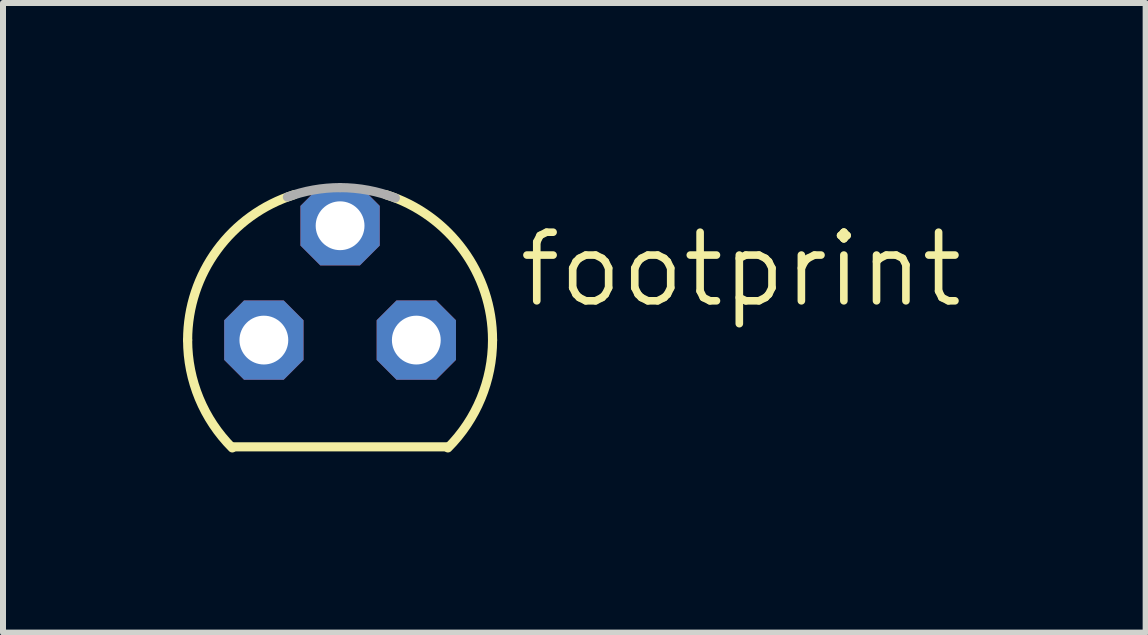
<source format=kicad_pcb>
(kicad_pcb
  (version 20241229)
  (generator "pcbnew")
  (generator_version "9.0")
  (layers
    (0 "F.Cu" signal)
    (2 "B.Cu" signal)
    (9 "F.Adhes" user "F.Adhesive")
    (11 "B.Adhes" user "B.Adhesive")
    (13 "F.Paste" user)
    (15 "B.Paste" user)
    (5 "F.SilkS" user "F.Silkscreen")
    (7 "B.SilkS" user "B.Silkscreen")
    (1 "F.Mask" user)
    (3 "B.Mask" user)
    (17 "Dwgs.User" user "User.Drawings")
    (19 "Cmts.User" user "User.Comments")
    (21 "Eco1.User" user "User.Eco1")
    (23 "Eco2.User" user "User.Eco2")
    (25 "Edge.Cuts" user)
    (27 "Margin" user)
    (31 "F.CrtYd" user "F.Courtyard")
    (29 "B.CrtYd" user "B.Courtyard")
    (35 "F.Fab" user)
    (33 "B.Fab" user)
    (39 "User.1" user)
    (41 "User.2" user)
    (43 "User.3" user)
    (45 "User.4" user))
  (footprint "footprint"
    (layer "F.Cu")
    (at 2.616 2.616)
    (property "Reference" "footprint" (at 2.921 -0.508 0) (layer "F.SilkS") (effects (font (size 1.143 1.143) (thickness 0.127)) (justify left bottom)))
    (fp_line (start -1.778 1.778) (end 1.778 1.778) (stroke (width 0.152) (type solid)) (layer "F.SilkS"))
    (fp_arc (start -2.54 0) (mid -2.048715 -1.501463) (end -0.7649 -2.4221) (stroke (width 0.1524) (type solid)) (layer "F.SilkS"))
    (fp_arc (start -1.7961 1.7961) (mid -2.346686 0.972037) (end -2.54 0) (stroke (width 0.1524) (type solid)) (layer "F.SilkS"))
    (fp_arc (start 0.7649 -2.4221) (mid 2.048715 -1.501463) (end 2.54 0) (stroke (width 0.1524) (type solid)) (layer "F.SilkS"))
    (fp_arc (start 2.54 0) (mid 2.346686 0.972036) (end 1.7961 1.7961) (stroke (width 0.1524) (type solid)) (layer "F.SilkS"))
    (fp_arc (start -0.8781 -2.3834) (mid -0.445978 -2.500546) (end 0 -2.54) (stroke (width 0.1524) (type solid)) (layer "F.Fab"))
    (fp_arc (start 0 -2.54) (mid 0.468329 -2.496452) (end 0.9206 -2.3673) (stroke (width 0.1524) (type solid)) (layer "F.Fab"))
    (pad "A1" thru_hole roundrect (at -1.27 0) (size 1.321 1.321) (drill 0.813) (layers "*.Cu" "*.Mask") (roundrect_rratio 0.25) (chamfer_ratio 0.25) (chamfer top_left top_right bottom_left bottom_right))
    (pad "A2" thru_hole roundrect (at 1.27 0) (size 1.321 1.321) (drill 0.813) (layers "*.Cu" "*.Mask") (roundrect_rratio 0.25) (chamfer_ratio 0.25) (chamfer top_left top_right bottom_left bottom_right))
    (pad "C" thru_hole roundrect (at 0 -1.905) (size 1.321 1.321) (drill 0.813) (layers "*.Cu" "*.Mask") (roundrect_rratio 0.25) (chamfer_ratio 0.25) (chamfer top_left top_right bottom_left bottom_right)))
  (gr_rect
    (start -3 -3)
    (end 16.037 7.489)
    (stroke (width 0.1) (type default))
    (fill no)
    (layer "Edge.Cuts")))
</source>
